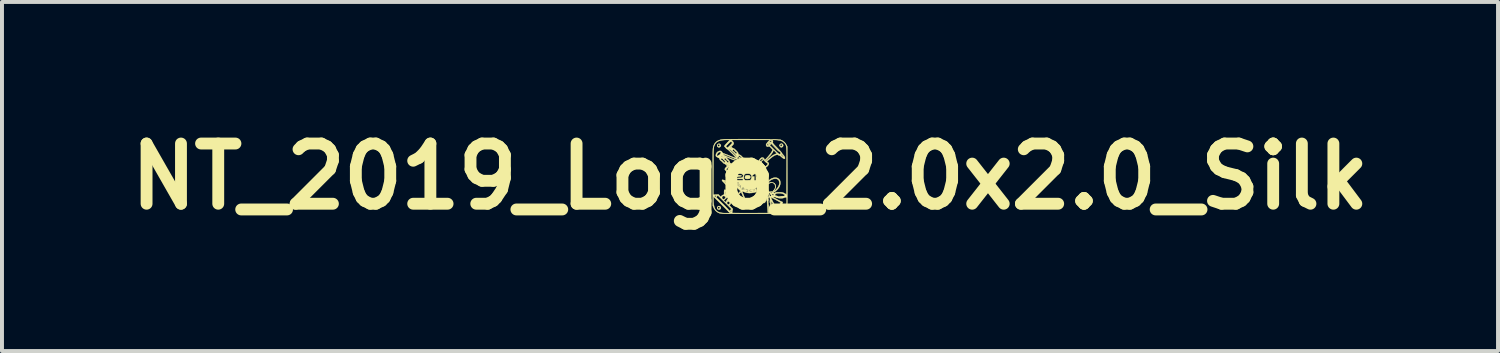
<source format=kicad_pcb>
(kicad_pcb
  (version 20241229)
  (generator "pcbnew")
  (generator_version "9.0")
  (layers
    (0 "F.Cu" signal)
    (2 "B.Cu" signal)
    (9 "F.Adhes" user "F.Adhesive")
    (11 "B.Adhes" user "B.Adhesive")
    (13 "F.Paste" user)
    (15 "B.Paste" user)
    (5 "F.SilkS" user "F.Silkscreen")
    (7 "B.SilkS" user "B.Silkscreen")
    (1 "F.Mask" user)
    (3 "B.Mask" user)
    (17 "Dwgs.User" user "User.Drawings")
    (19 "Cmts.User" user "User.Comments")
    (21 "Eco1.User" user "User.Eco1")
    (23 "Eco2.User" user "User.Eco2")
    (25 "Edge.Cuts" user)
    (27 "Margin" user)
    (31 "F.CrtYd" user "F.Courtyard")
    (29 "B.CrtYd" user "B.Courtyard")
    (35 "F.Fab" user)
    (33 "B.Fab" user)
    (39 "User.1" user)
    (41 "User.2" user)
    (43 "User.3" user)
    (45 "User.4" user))
  (footprint "NT_2019_Logo_2.0x2.0_Silk"
    (layer "F.Cu")
    (at 15.937 1.418)
    (property "Reference" "NT_2019_Logo_2.0x2.0_Silk" (at 0 0 0) (layer "F.SilkS") (effects (font (size 1.524 1.524) (thickness 0.3))))
    (attr through_hole)
    (fp_poly (pts (xy -0.587 0.425) (xy -0.591 0.429) (xy -0.596 0.425) (xy -0.591 0.42) (xy -0.587 0.425)) (stroke (width 0.01) (type solid)) (fill yes) (layer "F.SilkS"))
    (fp_poly (pts (xy 0.473 0.556) (xy 0.469 0.561) (xy 0.464 0.556) (xy 0.469 0.552) (xy 0.473 0.556)) (stroke (width 0.01) (type solid)) (fill yes) (layer "F.SilkS"))
    (fp_poly (pts (xy 0.473 0.574) (xy 0.469 0.578) (xy 0.464 0.574) (xy 0.469 0.569) (xy 0.473 0.574)) (stroke (width 0.01) (type solid)) (fill yes) (layer "F.SilkS"))
    (fp_poly (pts (xy 0.473 0.591) (xy 0.469 0.596) (xy 0.464 0.591) (xy 0.469 0.587) (xy 0.473 0.591)) (stroke (width 0.01) (type solid)) (fill yes) (layer "F.SilkS"))
    (fp_poly (pts (xy 0.473 0.609) (xy 0.469 0.613) (xy 0.464 0.609) (xy 0.469 0.604) (xy 0.473 0.609)) (stroke (width 0.01) (type solid)) (fill yes) (layer "F.SilkS"))
    (fp_poly (pts (xy 0.482 0.723) (xy 0.477 0.727) (xy 0.473 0.723) (xy 0.477 0.718) (xy 0.482 0.723)) (stroke (width 0.01) (type solid)) (fill yes) (layer "F.SilkS"))
    (fp_poly (pts (xy 0.482 0.74) (xy 0.477 0.744) (xy 0.473 0.74) (xy 0.477 0.736) (xy 0.482 0.74)) (stroke (width 0.01) (type solid)) (fill yes) (layer "F.SilkS"))
    (fp_poly (pts (xy 0.482 0.758) (xy 0.477 0.762) (xy 0.473 0.758) (xy 0.477 0.753) (xy 0.482 0.758)) (stroke (width 0.01) (type solid)) (fill yes) (layer "F.SilkS"))
    (fp_poly (pts (xy 0.482 0.775) (xy 0.477 0.78) (xy 0.473 0.775) (xy 0.477 0.771) (xy 0.482 0.775)) (stroke (width 0.01) (type solid)) (fill yes) (layer "F.SilkS"))
    (fp_poly (pts (xy 0.49 0.617) (xy 0.486 0.622) (xy 0.482 0.617) (xy 0.486 0.613) (xy 0.49 0.617)) (stroke (width 0.01) (type solid)) (fill yes) (layer "F.SilkS"))
    (fp_poly (pts (xy 0.49 0.635) (xy 0.486 0.639) (xy 0.482 0.635) (xy 0.486 0.631) (xy 0.49 0.635)) (stroke (width 0.01) (type solid)) (fill yes) (layer "F.SilkS"))
    (fp_poly (pts (xy 0.49 0.653) (xy 0.486 0.657) (xy 0.482 0.653) (xy 0.486 0.648) (xy 0.49 0.653)) (stroke (width 0.01) (type solid)) (fill yes) (layer "F.SilkS"))
    (fp_poly (pts (xy 0.499 0.801) (xy 0.495 0.806) (xy 0.49 0.801) (xy 0.495 0.797) (xy 0.499 0.801)) (stroke (width 0.01) (type solid)) (fill yes) (layer "F.SilkS"))
    (fp_poly (pts (xy 0.499 0.819) (xy 0.495 0.823) (xy 0.49 0.819) (xy 0.495 0.815) (xy 0.499 0.819)) (stroke (width 0.01) (type solid)) (fill yes) (layer "F.SilkS"))
    (fp_poly (pts (xy 0.499 0.836) (xy 0.495 0.841) (xy 0.49 0.836) (xy 0.495 0.832) (xy 0.499 0.836)) (stroke (width 0.01) (type solid)) (fill yes) (layer "F.SilkS"))
    (fp_poly (pts (xy 0.461 -0.794) (xy 0.46 -0.789) (xy 0.455 -0.788) (xy 0.448 -0.791) (xy 0.45 -0.794) (xy 0.46 -0.795) (xy 0.461 -0.794)) (stroke (width 0.01) (type solid)) (fill yes) (layer "F.SilkS"))
    (fp_poly (pts (xy 0.254 0.278) (xy 0.254 0.28) (xy 0.247 0.289) (xy 0.245 0.289) (xy 0.239 0.284) (xy 0.241 0.28) (xy 0.249 0.272) (xy 0.25 0.272) (xy 0.254 0.278)) (stroke (width 0.01) (type solid)) (fill yes) (layer "F.SilkS"))
    (fp_poly (pts (xy 0.522 -0.844) (xy 0.512 -0.832) (xy 0.499 -0.819) (xy 0.492 -0.815) (xy 0.494 -0.82) (xy 0.504 -0.832) (xy 0.517 -0.845) (xy 0.524 -0.85) (xy 0.522 -0.844)) (stroke (width 0.01) (type solid)) (fill yes) (layer "F.SilkS"))
    (fp_poly (pts (xy -0.372 0.515) (xy -0.39 0.534) (xy -0.4 0.543) (xy -0.403 0.54) (xy -0.403 0.54) (xy -0.397 0.533) (xy -0.382 0.519) (xy -0.374 0.512) (xy -0.346 0.486) (xy -0.372 0.515)) (stroke (width 0.01) (type solid)) (fill yes) (layer "F.SilkS"))
    (fp_poly (pts (xy -0.164 0.303) (xy -0.162 0.315) (xy -0.168 0.328) (xy -0.176 0.333) (xy -0.187 0.327) (xy -0.188 0.325) (xy -0.186 0.315) (xy -0.177 0.305) (xy -0.166 0.302) (xy -0.164 0.303)) (stroke (width 0.01) (type solid)) (fill yes) (layer "F.SilkS"))
    (fp_poly (pts (xy -0.28 0.479) (xy -0.264 0.494) (xy -0.245 0.512) (xy -0.226 0.533) (xy -0.214 0.547) (xy -0.211 0.552) (xy -0.219 0.546) (xy -0.235 0.531) (xy -0.254 0.512) (xy -0.273 0.492) (xy -0.286 0.478) (xy -0.288 0.473) (xy -0.28 0.479)) (stroke (width 0.01) (type solid)) (fill yes) (layer "F.SilkS"))
    (fp_poly (pts (xy -0.249 0.382) (xy -0.26 0.396) (xy -0.263 0.399) (xy -0.278 0.413) (xy -0.287 0.42) (xy -0.288 0.42) (xy -0.285 0.415) (xy -0.274 0.401) (xy -0.272 0.399) (xy -0.257 0.384) (xy -0.247 0.377) (xy -0.247 0.377) (xy -0.249 0.382)) (stroke (width 0.01) (type solid)) (fill yes) (layer "F.SilkS"))
    (fp_poly (pts (xy 0.732 0.733) (xy 0.72 0.747) (xy 0.709 0.758) (xy 0.691 0.775) (xy 0.679 0.786) (xy 0.675 0.788) (xy 0.678 0.783) (xy 0.69 0.768) (xy 0.701 0.758) (xy 0.719 0.74) (xy 0.732 0.729) (xy 0.735 0.727) (xy 0.732 0.733)) (stroke (width 0.01) (type solid)) (fill yes) (layer "F.SilkS"))
    (fp_poly (pts (xy 0.628 -0.74) (xy 0.665 -0.705) (xy 0.69 -0.68) (xy 0.706 -0.663) (xy 0.715 -0.653) (xy 0.717 -0.649) (xy 0.716 -0.648) (xy 0.709 -0.654) (xy 0.693 -0.67) (xy 0.668 -0.695) (xy 0.639 -0.725) (xy 0.626 -0.738) (xy 0.539 -0.828) (xy 0.628 -0.74)) (stroke (width 0.01) (type solid)) (fill yes) (layer "F.SilkS"))
    (fp_poly (pts (xy -0.607 0.158) (xy -0.6 0.164) (xy -0.57 0.189) (xy -0.541 0.216) (xy -0.516 0.242) (xy -0.496 0.264) (xy -0.484 0.279) (xy -0.483 0.284) (xy -0.49 0.28) (xy -0.507 0.265) (xy -0.531 0.242) (xy -0.561 0.213) (xy -0.565 0.208) (xy -0.595 0.178) (xy -0.612 0.159) (xy -0.616 0.153) (xy -0.607 0.158)) (stroke (width 0.01) (type solid)) (fill yes) (layer "F.SilkS"))
    (fp_poly (pts (xy -0.447 0.321) (xy -0.43 0.337) (xy -0.406 0.36) (xy -0.385 0.381) (xy -0.359 0.408) (xy -0.339 0.429) (xy -0.327 0.443) (xy -0.325 0.447) (xy -0.332 0.441) (xy -0.349 0.425) (xy -0.373 0.402) (xy -0.394 0.381) (xy -0.42 0.354) (xy -0.441 0.333) (xy -0.453 0.319) (xy -0.455 0.315) (xy -0.447 0.321)) (stroke (width 0.01) (type solid)) (fill yes) (layer "F.SilkS"))
    (fp_poly (pts (xy -0.029 -0.031) (xy -0.004 -0.018) (xy 0.008 0.004) (xy 0.005 0.032) (xy -0.000308 0.044) (xy -0.009 0.054) (xy -0.024 0.059) (xy -0.051 0.061) (xy -0.062 0.061) (xy -0.092 0.061) (xy -0.109 0.057) (xy -0.119 0.05) (xy -0.125 0.039) (xy -0.13 0.017) (xy -0.124 -0.003) (xy -0.122 -0.007) (xy -0.111 -0.022) (xy -0.094 -0.03) (xy -0.067 -0.033) (xy -0.029 -0.031)) (stroke (width 0.01) (type solid)) (fill yes) (layer "F.SilkS"))
    (fp_poly (pts (xy -0.245 -0.481) (xy -0.241 -0.464) (xy -0.246 -0.446) (xy -0.261 -0.44) (xy -0.279 -0.443) (xy -0.286 -0.45) (xy -0.287 -0.461) (xy -0.279 -0.461) (xy -0.277 -0.449) (xy -0.266 -0.448) (xy -0.252 -0.457) (xy -0.25 -0.464) (xy -0.255 -0.475) (xy -0.267 -0.476) (xy -0.277 -0.467) (xy -0.279 -0.461) (xy -0.287 -0.461) (xy -0.288 -0.472) (xy -0.277 -0.486) (xy -0.261 -0.489) (xy -0.245 -0.481)) (stroke (width 0.01) (type solid)) (fill yes) (layer "F.SilkS"))
    (fp_poly (pts (xy -0.771 0.75) (xy -0.752 0.763) (xy -0.74 0.782) (xy -0.739 0.804) (xy -0.749 0.823) (xy -0.772 0.838) (xy -0.798 0.839) (xy -0.818 0.827) (xy -0.83 0.805) (xy -0.819 0.805) (xy -0.809 0.817) (xy -0.792 0.818) (xy -0.776 0.809) (xy -0.765 0.792) (xy -0.764 0.786) (xy -0.764 0.768) (xy -0.774 0.762) (xy -0.782 0.762) (xy -0.806 0.768) (xy -0.819 0.785) (xy -0.819 0.805) (xy -0.83 0.805) (xy -0.831 0.804) (xy -0.828 0.778) (xy -0.814 0.757) (xy -0.793 0.747) (xy -0.771 0.75)) (stroke (width 0.01) (type solid)) (fill yes) (layer "F.SilkS"))
    (fp_poly (pts (xy -0.767 -0.826) (xy -0.747 -0.807) (xy -0.745 -0.805) (xy -0.737 -0.786) (xy -0.74 -0.771) (xy -0.747 -0.759) (xy -0.768 -0.74) (xy -0.793 -0.736) (xy -0.816 -0.748) (xy -0.818 -0.749) (xy -0.831 -0.773) (xy -0.829 -0.786) (xy -0.821 -0.786) (xy -0.819 -0.771) (xy -0.805 -0.762) (xy -0.786 -0.763) (xy -0.77 -0.773) (xy -0.766 -0.78) (xy -0.766 -0.801) (xy -0.778 -0.815) (xy -0.795 -0.82) (xy -0.8 -0.818) (xy -0.814 -0.806) (xy -0.821 -0.786) (xy -0.829 -0.786) (xy -0.828 -0.799) (xy -0.815 -0.818) (xy -0.791 -0.83) (xy -0.767 -0.826)) (stroke (width 0.01) (type solid)) (fill yes) (layer "F.SilkS"))
    (fp_poly (pts (xy 0.811 0.747) (xy 0.827 0.758) (xy 0.838 0.779) (xy 0.84 0.804) (xy 0.834 0.826) (xy 0.83 0.83) (xy 0.809 0.84) (xy 0.784 0.839) (xy 0.762 0.826) (xy 0.758 0.82) (xy 0.754 0.809) (xy 0.763 0.809) (xy 0.772 0.814) (xy 0.785 0.813) (xy 0.804 0.807) (xy 0.812 0.791) (xy 0.813 0.785) (xy 0.813 0.768) (xy 0.805 0.763) (xy 0.791 0.764) (xy 0.772 0.77) (xy 0.764 0.785) (xy 0.764 0.791) (xy 0.763 0.809) (xy 0.754 0.809) (xy 0.749 0.795) (xy 0.754 0.773) (xy 0.768 0.755) (xy 0.788 0.745) (xy 0.811 0.747)) (stroke (width 0.01) (type solid)) (fill yes) (layer "F.SilkS"))
    (fp_poly (pts (xy 0.819 -0.825) (xy 0.835 -0.807) (xy 0.84 -0.783) (xy 0.833 -0.76) (xy 0.825 -0.75) (xy 0.801 -0.737) (xy 0.777 -0.741) (xy 0.762 -0.753) (xy 0.749 -0.772) (xy 0.746 -0.782) (xy 0.762 -0.782) (xy 0.765 -0.767) (xy 0.776 -0.763) (xy 0.786 -0.764) (xy 0.805 -0.77) (xy 0.812 -0.786) (xy 0.813 -0.791) (xy 0.81 -0.812) (xy 0.802 -0.82) (xy 0.783 -0.819) (xy 0.768 -0.806) (xy 0.762 -0.783) (xy 0.762 -0.782) (xy 0.746 -0.782) (xy 0.744 -0.787) (xy 0.752 -0.808) (xy 0.771 -0.825) (xy 0.794 -0.832) (xy 0.795 -0.832) (xy 0.819 -0.825)) (stroke (width 0.01) (type solid)) (fill yes) (layer "F.SilkS"))
    (fp_poly (pts (xy -0.111 -0.945) (xy -0.011 -0.945) (xy 0.089 -0.944) (xy 0.189 -0.943) (xy 0.285 -0.943) (xy 0.378 -0.942) (xy 0.465 -0.94) (xy 0.544 -0.939) (xy 0.614 -0.938) (xy 0.674 -0.936) (xy 0.721 -0.934) (xy 0.754 -0.932) (xy 0.771 -0.93) (xy 0.772 -0.93) (xy 0.831 -0.902) (xy 0.88 -0.861) (xy 0.915 -0.811) (xy 0.942 -0.759) (xy 0.944 -0.014) (xy 0.944 0.123) (xy 0.945 0.243) (xy 0.945 0.348) (xy 0.945 0.439) (xy 0.945 0.517) (xy 0.944 0.583) (xy 0.943 0.639) (xy 0.941 0.685) (xy 0.938 0.722) (xy 0.935 0.753) (xy 0.931 0.777) (xy 0.926 0.796) (xy 0.921 0.812) (xy 0.914 0.825) (xy 0.906 0.836) (xy 0.897 0.847) (xy 0.887 0.859) (xy 0.884 0.862) (xy 0.852 0.89) (xy 0.815 0.915) (xy 0.804 0.921) (xy 0.758 0.942) (xy 0.018 0.943) (xy -0.115 0.943) (xy -0.232 0.944) (xy -0.333 0.944) (xy -0.42 0.943) (xy -0.495 0.943) (xy -0.557 0.943) (xy -0.609 0.942) (xy -0.652 0.941) (xy -0.686 0.94) (xy -0.712 0.939) (xy -0.733 0.937) (xy -0.749 0.935) (xy -0.761 0.933) (xy -0.769 0.931) (xy -0.821 0.907) (xy -0.868 0.869) (xy -0.905 0.822) (xy -0.921 0.79) (xy -0.942 0.74) (xy -0.942 0.571) (xy -0.927 0.571) (xy -0.926 0.642) (xy -0.919 0.709) (xy -0.906 0.768) (xy -0.888 0.815) (xy -0.887 0.817) (xy -0.861 0.855) (xy -0.829 0.883) (xy -0.789 0.904) (xy -0.737 0.918) (xy -0.673 0.926) (xy -0.609 0.928) (xy -0.504 0.928) (xy -0.553 0.879) (xy -0.494 0.879) (xy -0.493 0.893) (xy -0.488 0.906) (xy -0.483 0.904) (xy -0.48 0.898) (xy -0.474 0.88) (xy -0.475 0.871) (xy -0.482 0.864) (xy -0.488 0.865) (xy -0.494 0.879) (xy -0.553 0.879) (xy -0.714 0.718) (xy -0.924 0.508) (xy -0.927 0.571) (xy -0.942 0.571) (xy -0.942 0.491) (xy -0.899 0.491) (xy -0.896 0.5) (xy -0.889 0.509) (xy -0.872 0.526) (xy -0.87 0.522) (xy -0.859 0.522) (xy -0.705 0.675) (xy -0.661 0.718) (xy -0.621 0.759) (xy -0.587 0.795) (xy -0.56 0.824) (xy -0.542 0.844) (xy -0.536 0.852) (xy -0.522 0.876) (xy -0.495 0.85) (xy -0.469 0.823) (xy -0.622 0.67) (xy -0.587 0.67) (xy -0.58 0.687) (xy -0.564 0.703) (xy -0.547 0.709) (xy -0.532 0.704) (xy -0.522 0.696) (xy -0.511 0.68) (xy -0.508 0.67) (xy -0.515 0.653) (xy -0.531 0.637) (xy -0.547 0.631) (xy -0.565 0.638) (xy -0.58 0.653) (xy -0.587 0.67) (xy -0.622 0.67) (xy -0.685 0.607) (xy -0.666 0.607) (xy -0.647 0.627) (xy -0.632 0.642) (xy -0.622 0.648) (xy -0.622 0.648) (xy -0.614 0.642) (xy -0.597 0.627) (xy -0.576 0.605) (xy -0.575 0.604) (xy -0.534 0.604) (xy -0.527 0.613) (xy -0.518 0.617) (xy -0.499 0.631) (xy -0.488 0.655) (xy -0.487 0.681) (xy -0.491 0.693) (xy -0.504 0.712) (xy -0.515 0.721) (xy -0.519 0.728) (xy -0.514 0.739) (xy -0.498 0.758) (xy -0.482 0.775) (xy -0.436 0.821) (xy -0.446 0.867) (xy -0.451 0.894) (xy -0.455 0.914) (xy -0.455 0.92) (xy -0.447 0.922) (xy -0.421 0.924) (xy -0.378 0.925) (xy -0.319 0.926) (xy -0.243 0.927) (xy -0.152 0.927) (xy -0.044 0.927) (xy 0.078 0.927) (xy 0.151 0.927) (xy 0.269 0.926) (xy 0.37 0.926) (xy 0.457 0.925) (xy 0.53 0.924) (xy 0.591 0.924) (xy 0.641 0.923) (xy 0.681 0.922) (xy 0.712 0.921) (xy 0.736 0.919) (xy 0.755 0.917) (xy 0.769 0.915) (xy 0.779 0.913) (xy 0.788 0.91) (xy 0.796 0.906) (xy 0.797 0.906) (xy 0.844 0.875) (xy 0.883 0.832) (xy 0.91 0.783) (xy 0.915 0.77) (xy 0.92 0.746) (xy 0.924 0.713) (xy 0.927 0.675) (xy 0.928 0.636) (xy 0.929 0.598) (xy 0.928 0.565) (xy 0.926 0.541) (xy 0.922 0.53) (xy 0.92 0.53) (xy 0.909 0.529) (xy 0.907 0.527) (xy 0.897 0.525) (xy 0.878 0.532) (xy 0.869 0.536) (xy 0.835 0.547) (xy 0.79 0.551) (xy 0.741 0.549) (xy 0.695 0.54) (xy 0.658 0.527) (xy 0.645 0.521) (xy 0.744 0.521) (xy 0.752 0.522) (xy 0.775 0.523) (xy 0.775 0.523) (xy 0.798 0.522) (xy 0.809 0.521) (xy 0.804 0.519) (xy 0.777 0.518) (xy 0.751 0.519) (xy 0.744 0.521) (xy 0.645 0.521) (xy 0.63 0.515) (xy 0.836 0.515) (xy 0.844 0.516) (xy 0.856 0.514) (xy 0.856 0.511) (xy 0.844 0.509) (xy 0.839 0.511) (xy 0.836 0.515) (xy 0.63 0.515) (xy 0.628 0.514) (xy 0.605 0.512) (xy 0.599 0.514) (xy 0.592 0.518) (xy 0.591 0.523) (xy 0.6 0.531) (xy 0.619 0.543) (xy 0.65 0.561) (xy 0.681 0.578) (xy 0.721 0.6) (xy 0.757 0.618) (xy 0.786 0.632) (xy 0.804 0.639) (xy 0.806 0.639) (xy 0.823 0.646) (xy 0.829 0.656) (xy 0.825 0.672) (xy 0.81 0.695) (xy 0.782 0.727) (xy 0.752 0.758) (xy 0.711 0.798) (xy 0.68 0.825) (xy 0.658 0.838) (xy 0.643 0.839) (xy 0.636 0.827) (xy 0.634 0.814) (xy 0.63 0.797) (xy 0.618 0.77) (xy 0.602 0.735) (xy 0.583 0.7) (xy 0.534 0.609) (xy 0.538 0.674) (xy 0.541 0.714) (xy 0.543 0.763) (xy 0.545 0.812) (xy 0.545 0.828) (xy 0.547 0.915) (xy 0.451 0.915) (xy 0.445 0.836) (xy 0.442 0.795) (xy 0.438 0.743) (xy 0.435 0.688) (xy 0.432 0.644) (xy 0.429 0.598) (xy 0.427 0.569) (xy 0.425 0.558) (xy 0.456 0.558) (xy 0.457 0.579) (xy 0.458 0.609) (xy 0.46 0.652) (xy 0.463 0.707) (xy 0.468 0.777) (xy 0.47 0.808) (xy 0.475 0.893) (xy 0.501 0.893) (xy 0.518 0.892) (xy 0.524 0.885) (xy 0.523 0.868) (xy 0.522 0.861) (xy 0.52 0.841) (xy 0.518 0.807) (xy 0.516 0.764) (xy 0.513 0.714) (xy 0.512 0.679) (xy 0.509 0.629) (xy 0.507 0.585) (xy 0.504 0.551) (xy 0.501 0.528) (xy 0.529 0.528) (xy 0.531 0.538) (xy 0.54 0.559) (xy 0.554 0.589) (xy 0.572 0.625) (xy 0.593 0.664) (xy 0.614 0.702) (xy 0.633 0.737) (xy 0.65 0.765) (xy 0.662 0.783) (xy 0.667 0.788) (xy 0.671 0.793) (xy 0.666 0.801) (xy 0.656 0.814) (xy 0.657 0.815) (xy 0.669 0.805) (xy 0.69 0.784) (xy 0.72 0.755) (xy 0.736 0.738) (xy 0.76 0.712) (xy 0.776 0.696) (xy 0.782 0.689) (xy 0.776 0.693) (xy 0.773 0.696) (xy 0.753 0.713) (xy 0.74 0.722) (xy 0.736 0.722) (xy 0.742 0.71) (xy 0.756 0.694) (xy 0.758 0.692) (xy 0.772 0.677) (xy 0.779 0.666) (xy 0.78 0.666) (xy 0.772 0.659) (xy 0.753 0.647) (xy 0.724 0.63) (xy 0.689 0.61) (xy 0.651 0.589) (xy 0.614 0.569) (xy 0.58 0.551) (xy 0.552 0.537) (xy 0.534 0.529) (xy 0.529 0.528) (xy 0.501 0.528) (xy 0.501 0.528) (xy 0.499 0.521) (xy 0.494 0.512) (xy 0.561 0.512) (xy 0.565 0.517) (xy 0.569 0.512) (xy 0.565 0.508) (xy 0.561 0.512) (xy 0.494 0.512) (xy 0.49 0.505) (xy 0.488 0.499) (xy 0.486 0.497) (xy 0.487 0.509) (xy 0.487 0.51) (xy 0.487 0.528) (xy 0.477 0.534) (xy 0.472 0.534) (xy 0.466 0.534) (xy 0.462 0.534) (xy 0.459 0.537) (xy 0.457 0.544) (xy 0.456 0.558) (xy 0.425 0.558) (xy 0.424 0.556) (xy 0.422 0.559) (xy 0.42 0.565) (xy 0.409 0.607) (xy 0.391 0.642) (xy 0.369 0.664) (xy 0.363 0.668) (xy 0.345 0.673) (xy 0.33 0.666) (xy 0.322 0.659) (xy 0.309 0.636) (xy 0.304 0.602) (xy 0.305 0.599) (xy 0.328 0.599) (xy 0.332 0.629) (xy 0.334 0.632) (xy 0.344 0.652) (xy 0.352 0.632) (xy 0.36 0.619) (xy 0.367 0.617) (xy 0.378 0.616) (xy 0.382 0.612) (xy 0.383 0.606) (xy 0.376 0.609) (xy 0.369 0.611) (xy 0.371 0.6) (xy 0.371 0.599) (xy 0.376 0.582) (xy 0.385 0.582) (xy 0.39 0.587) (xy 0.394 0.582) (xy 0.39 0.578) (xy 0.385 0.582) (xy 0.376 0.582) (xy 0.377 0.581) (xy 0.383 0.553) (xy 0.385 0.541) (xy 0.385 0.538) (xy 0.395 0.538) (xy 0.396 0.549) (xy 0.399 0.549) (xy 0.402 0.538) (xy 0.4 0.533) (xy 0.396 0.529) (xy 0.395 0.538) (xy 0.385 0.538) (xy 0.387 0.512) (xy 0.381 0.499) (xy 0.37 0.502) (xy 0.354 0.522) (xy 0.351 0.527) (xy 0.334 0.563) (xy 0.328 0.599) (xy 0.305 0.599) (xy 0.307 0.566) (xy 0.317 0.531) (xy 0.319 0.526) (xy 0.328 0.508) (xy 0.327 0.501) (xy 0.315 0.499) (xy 0.312 0.499) (xy 0.272 0.492) (xy 0.236 0.473) (xy 0.206 0.445) (xy 0.189 0.413) (xy 0.187 0.406) (xy 0.186 0.399) (xy 0.213 0.399) (xy 0.228 0.421) (xy 0.23 0.423) (xy 0.241 0.434) (xy 0.239 0.434) (xy 0.233 0.429) (xy 0.22 0.421) (xy 0.221 0.423) (xy 0.231 0.435) (xy 0.248 0.448) (xy 0.261 0.449) (xy 0.27 0.448) (xy 0.269 0.452) (xy 0.274 0.457) (xy 0.291 0.459) (xy 0.301 0.458) (xy 0.337 0.457) (xy 0.307 0.464) (xy 0.288 0.468) (xy 0.285 0.471) (xy 0.297 0.472) (xy 0.301 0.472) (xy 0.325 0.469) (xy 0.326 0.469) (xy 0.377 0.469) (xy 0.382 0.485) (xy 0.395 0.49) (xy 0.402 0.48) (xy 0.402 0.48) (xy 0.413 0.48) (xy 0.421 0.49) (xy 0.425 0.49) (xy 0.434 0.484) (xy 0.438 0.465) (xy 0.438 0.458) (xy 0.447 0.458) (xy 0.447 0.49) (xy 0.45 0.508) (xy 0.456 0.516) (xy 0.461 0.517) (xy 0.469 0.514) (xy 0.472 0.505) (xy 0.471 0.483) (xy 0.469 0.466) (xy 0.463 0.431) (xy 0.461 0.425) (xy 0.476 0.425) (xy 0.482 0.445) (xy 0.495 0.479) (xy 0.496 0.48) (xy 0.505 0.499) (xy 0.514 0.504) (xy 0.525 0.5) (xy 0.531 0.495) (xy 0.661 0.495) (xy 0.661 0.499) (xy 0.671 0.507) (xy 0.681 0.508) (xy 0.683 0.505) (xy 0.676 0.499) (xy 0.67 0.496) (xy 0.661 0.495) (xy 0.531 0.495) (xy 0.534 0.494) (xy 0.536 0.486) (xy 0.578 0.486) (xy 0.582 0.49) (xy 0.587 0.486) (xy 0.582 0.482) (xy 0.578 0.486) (xy 0.536 0.486) (xy 0.537 0.486) (xy 0.531 0.472) (xy 0.523 0.457) (xy 0.552 0.457) (xy 0.558 0.462) (xy 0.566 0.469) (xy 0.566 0.472) (xy 0.57 0.476) (xy 0.583 0.477) (xy 0.601 0.472) (xy 0.603 0.466) (xy 0.632 0.466) (xy 0.639 0.482) (xy 0.648 0.487) (xy 0.671 0.49) (xy 0.691 0.496) (xy 0.702 0.503) (xy 0.701 0.508) (xy 0.703 0.511) (xy 0.719 0.511) (xy 0.745 0.51) (xy 0.779 0.507) (xy 0.818 0.503) (xy 0.823 0.502) (xy 0.849 0.498) (xy 0.868 0.496) (xy 0.871 0.496) (xy 0.879 0.489) (xy 0.878 0.486) (xy 0.902 0.486) (xy 0.907 0.49) (xy 0.911 0.486) (xy 0.907 0.482) (xy 0.902 0.486) (xy 0.878 0.486) (xy 0.878 0.47) (xy 0.877 0.466) (xy 0.867 0.455) (xy 0.845 0.444) (xy 0.813 0.433) (xy 0.778 0.426) (xy 0.753 0.423) (xy 0.707 0.422) (xy 0.67 0.429) (xy 0.645 0.441) (xy 0.633 0.458) (xy 0.632 0.466) (xy 0.603 0.466) (xy 0.604 0.463) (xy 0.597 0.449) (xy 0.581 0.441) (xy 0.563 0.443) (xy 0.557 0.447) (xy 0.552 0.457) (xy 0.523 0.457) (xy 0.52 0.451) (xy 0.505 0.429) (xy 0.498 0.421) (xy 0.528 0.421) (xy 0.53 0.43) (xy 0.53 0.432) (xy 0.537 0.442) (xy 0.541 0.443) (xy 0.54 0.433) (xy 0.535 0.427) (xy 0.528 0.421) (xy 0.498 0.421) (xy 0.491 0.414) (xy 0.485 0.412) (xy 0.477 0.414) (xy 0.476 0.425) (xy 0.461 0.425) (xy 0.457 0.412) (xy 0.452 0.409) (xy 0.448 0.423) (xy 0.447 0.454) (xy 0.447 0.458) (xy 0.438 0.458) (xy 0.438 0.458) (xy 0.437 0.437) (xy 0.434 0.432) (xy 0.427 0.439) (xy 0.425 0.442) (xy 0.414 0.462) (xy 0.413 0.48) (xy 0.402 0.48) (xy 0.403 0.471) (xy 0.408 0.448) (xy 0.417 0.431) (xy 0.427 0.413) (xy 0.424 0.406) (xy 0.412 0.412) (xy 0.399 0.423) (xy 0.382 0.447) (xy 0.377 0.469) (xy 0.326 0.469) (xy 0.342 0.464) (xy 0.356 0.449) (xy 0.357 0.431) (xy 0.346 0.411) (xy 0.337 0.402) (xy 0.508 0.402) (xy 0.511 0.408) (xy 0.523 0.413) (xy 0.548 0.418) (xy 0.554 0.419) (xy 0.56 0.413) (xy 0.561 0.407) (xy 0.553 0.397) (xy 0.534 0.394) (xy 0.516 0.396) (xy 0.508 0.402) (xy 0.508 0.402) (xy 0.337 0.402) (xy 0.328 0.393) (xy 0.303 0.377) (xy 0.276 0.367) (xy 0.248 0.364) (xy 0.231 0.368) (xy 0.214 0.381) (xy 0.213 0.399) (xy 0.186 0.399) (xy 0.183 0.387) (xy 0.176 0.382) (xy 0.161 0.388) (xy 0.159 0.389) (xy 0.123 0.402) (xy 0.076 0.412) (xy 0.025 0.418) (xy -0.024 0.419) (xy -0.034 0.418) (xy -0.074 0.413) (xy -0.114 0.403) (xy -0.16 0.387) (xy -0.194 0.373) (xy -0.197 0.377) (xy -0.193 0.394) (xy -0.181 0.425) (xy -0.163 0.471) (xy -0.139 0.526) (xy -0.11 0.595) (xy -0.089 0.648) (xy -0.076 0.687) (xy -0.071 0.711) (xy -0.075 0.721) (xy -0.089 0.718) (xy -0.112 0.701) (xy -0.145 0.672) (xy -0.188 0.631) (xy -0.202 0.616) (xy -0.316 0.504) (xy -0.38 0.569) (xy -0.36 0.59) (xy -0.345 0.612) (xy -0.348 0.628) (xy -0.367 0.639) (xy -0.382 0.642) (xy -0.424 0.648) (xy -0.453 0.647) (xy -0.475 0.638) (xy -0.495 0.622) (xy -0.495 0.622) (xy -0.501 0.617) (xy -0.452 0.617) (xy -0.442 0.621) (xy -0.418 0.622) (xy -0.417 0.622) (xy -0.393 0.621) (xy -0.379 0.617) (xy -0.377 0.615) (xy -0.384 0.606) (xy -0.4 0.59) (xy -0.412 0.579) (xy -0.447 0.55) (xy -0.447 0.572) (xy -0.449 0.595) (xy -0.452 0.608) (xy -0.452 0.617) (xy -0.501 0.617) (xy -0.517 0.602) (xy -0.53 0.596) (xy -0.534 0.604) (xy -0.575 0.604) (xy -0.573 0.602) (xy -0.554 0.582) (xy -0.547 0.573) (xy -0.552 0.576) (xy -0.564 0.587) (xy -0.598 0.617) (xy -0.574 0.585) (xy -0.56 0.56) (xy -0.557 0.549) (xy -0.526 0.549) (xy -0.52 0.559) (xy -0.506 0.575) (xy -0.498 0.584) (xy -0.477 0.602) (xy -0.464 0.603) (xy -0.457 0.589) (xy -0.456 0.567) (xy -0.457 0.552) (xy -0.465 0.545) (xy -0.485 0.543) (xy -0.49 0.543) (xy -0.512 0.544) (xy -0.525 0.548) (xy -0.526 0.549) (xy -0.557 0.549) (xy -0.555 0.54) (xy -0.559 0.531) (xy -0.541 0.531) (xy -0.453 0.534) (xy -0.491 0.5) (xy -0.512 0.482) (xy -0.526 0.47) (xy -0.531 0.467) (xy -0.533 0.476) (xy -0.536 0.495) (xy -0.537 0.5) (xy -0.541 0.531) (xy -0.559 0.531) (xy -0.561 0.527) (xy -0.568 0.526) (xy -0.578 0.531) (xy -0.597 0.545) (xy -0.621 0.566) (xy -0.621 0.566) (xy -0.666 0.607) (xy -0.685 0.607) (xy -0.758 0.534) (xy -0.709 0.534) (xy -0.703 0.561) (xy -0.686 0.575) (xy -0.663 0.577) (xy -0.638 0.564) (xy -0.638 0.564) (xy -0.623 0.541) (xy -0.623 0.518) (xy -0.636 0.5) (xy -0.66 0.491) (xy -0.666 0.49) (xy -0.692 0.497) (xy -0.707 0.516) (xy -0.709 0.534) (xy -0.758 0.534) (xy -0.814 0.478) (xy -0.837 0.5) (xy -0.859 0.522) (xy -0.87 0.522) (xy -0.862 0.506) (xy -0.855 0.491) (xy -0.86 0.484) (xy -0.864 0.483) (xy -0.884 0.484) (xy -0.891 0.486) (xy -0.899 0.491) (xy -0.942 0.491) (xy -0.943 0.464) (xy -0.929 0.464) (xy -0.801 0.454) (xy -0.772 0.485) (xy -0.742 0.516) (xy -0.718 0.49) (xy -0.697 0.473) (xy -0.676 0.464) (xy -0.673 0.464) (xy -0.661 0.463) (xy -0.655 0.456) (xy -0.655 0.453) (xy -0.622 0.453) (xy -0.617 0.46) (xy -0.603 0.476) (xy -0.589 0.492) (xy -0.556 0.528) (xy -0.551 0.503) (xy -0.546 0.48) (xy -0.544 0.464) (xy -0.548 0.456) (xy -0.564 0.452) (xy -0.582 0.451) (xy -0.606 0.451) (xy -0.62 0.453) (xy -0.622 0.453) (xy -0.655 0.453) (xy -0.655 0.439) (xy -0.655 0.438) (xy -0.631 0.438) (xy -0.596 0.438) (xy -0.574 0.437) (xy -0.561 0.436) (xy -0.561 0.435) (xy -0.566 0.428) (xy -0.581 0.413) (xy -0.591 0.403) (xy -0.573 0.403) (xy -0.495 0.482) (xy -0.465 0.512) (xy -0.439 0.536) (xy -0.421 0.553) (xy -0.412 0.56) (xy -0.412 0.561) (xy -0.404 0.555) (xy -0.388 0.54) (xy -0.366 0.519) (xy -0.324 0.478) (xy -0.329 0.473) (xy -0.311 0.473) (xy -0.211 0.573) (xy -0.177 0.607) (xy -0.148 0.635) (xy -0.125 0.657) (xy -0.111 0.669) (xy -0.108 0.671) (xy -0.11 0.663) (xy -0.119 0.641) (xy -0.132 0.608) (xy -0.149 0.568) (xy -0.163 0.534) (xy -0.183 0.489) (xy -0.2 0.45) (xy -0.213 0.419) (xy -0.222 0.4) (xy -0.225 0.395) (xy -0.232 0.398) (xy -0.248 0.412) (xy -0.27 0.432) (xy -0.311 0.473) (xy -0.329 0.473) (xy -0.405 0.397) (xy -0.435 0.366) (xy -0.462 0.341) (xy -0.481 0.323) (xy -0.492 0.316) (xy -0.492 0.315) (xy -0.468 0.315) (xy -0.394 0.39) (xy -0.32 0.464) (xy -0.276 0.421) (xy -0.232 0.377) (xy -0.294 0.315) (xy -0.219 0.315) (xy -0.212 0.323) (xy -0.205 0.324) (xy -0.196 0.329) (xy -0.197 0.333) (xy -0.195 0.34) (xy -0.178 0.34) (xy -0.158 0.333) (xy -0.152 0.32) (xy -0.14 0.32) (xy -0.136 0.329) (xy -0.131 0.328) (xy -0.126 0.322) (xy -0.111 0.322) (xy -0.095 0.328) (xy -0.085 0.331) (xy -0.065 0.34) (xy -0.057 0.352) (xy -0.064 0.362) (xy -0.077 0.366) (xy -0.093 0.372) (xy -0.094 0.38) (xy -0.08 0.385) (xy -0.075 0.385) (xy -0.056 0.38) (xy -0.047 0.362) (xy -0.047 0.362) (xy -0.047 0.36) (xy -0.022 0.36) (xy -0.014 0.37) (xy 0.007 0.377) (xy 0.009 0.378) (xy 0.031 0.382) (xy 0.045 0.384) (xy 0.046 0.384) (xy 0.052 0.379) (xy 0.053 0.377) (xy 0.045 0.37) (xy 0.027 0.368) (xy 0.004 0.365) (xy -0.004 0.356) (xy 0.006 0.344) (xy 0.018 0.337) (xy 0.026 0.332) (xy 0.057 0.332) (xy 0.081 0.332) (xy 0.1 0.336) (xy 0.11 0.344) (xy 0.107 0.353) (xy 0.101 0.356) (xy 0.089 0.364) (xy 0.088 0.369) (xy 0.094 0.372) (xy 0.105 0.368) (xy 0.119 0.356) (xy 0.123 0.347) (xy 0.115 0.329) (xy 0.098 0.32) (xy 0.078 0.323) (xy 0.057 0.332) (xy 0.026 0.332) (xy 0.035 0.326) (xy 0.041 0.319) (xy 0.041 0.318) (xy 0.03 0.318) (xy 0.013 0.327) (xy -0.005 0.339) (xy -0.019 0.352) (xy -0.022 0.36) (xy -0.047 0.36) (xy -0.049 0.339) (xy -0.064 0.322) (xy -0.091 0.315) (xy -0.094 0.315) (xy -0.111 0.317) (xy -0.111 0.322) (xy -0.126 0.322) (xy -0.123 0.317) (xy -0.123 0.315) (xy -0.127 0.31) (xy 0.123 0.31) (xy 0.129 0.314) (xy 0.136 0.312) (xy 0.147 0.313) (xy 0.149 0.318) (xy 0.155 0.333) (xy 0.167 0.347) (xy 0.176 0.35) (xy 0.189 0.348) (xy 0.196 0.345) (xy 0.209 0.336) (xy 0.207 0.329) (xy 0.192 0.328) (xy 0.188 0.329) (xy 0.172 0.331) (xy 0.167 0.322) (xy 0.166 0.316) (xy 0.172 0.299) (xy 0.18 0.292) (xy 0.191 0.284) (xy 0.193 0.28) (xy 0.186 0.279) (xy 0.168 0.284) (xy 0.158 0.287) (xy 0.136 0.298) (xy 0.124 0.307) (xy 0.123 0.31) (xy -0.127 0.31) (xy -0.129 0.307) (xy -0.131 0.307) (xy -0.139 0.314) (xy -0.14 0.32) (xy -0.152 0.32) (xy -0.15 0.317) (xy -0.154 0.296) (xy -0.161 0.285) (xy -0.175 0.275) (xy -0.186 0.272) (xy -0.19 0.276) (xy -0.188 0.281) (xy -0.188 0.293) (xy -0.196 0.306) (xy -0.208 0.311) (xy -0.211 0.31) (xy -0.219 0.312) (xy -0.219 0.315) (xy -0.294 0.315) (xy -0.302 0.307) (xy -0.331 0.279) (xy -0.355 0.256) (xy -0.356 0.255) (xy -0.289 0.255) (xy -0.283 0.262) (xy -0.272 0.26) (xy -0.267 0.254) (xy -0.256 0.245) (xy -0.249 0.25) (xy -0.25 0.263) (xy -0.25 0.279) (xy -0.244 0.296) (xy -0.235 0.306) (xy -0.233 0.307) (xy -0.232 0.299) (xy -0.232 0.278) (xy -0.231 0.271) (xy 0.207 0.271) (xy 0.217 0.267) (xy 0.224 0.262) (xy 0.235 0.255) (xy 0.235 0.261) (xy 0.233 0.269) (xy 0.231 0.292) (xy 0.24 0.304) (xy 0.253 0.305) (xy 0.264 0.295) (xy 0.265 0.277) (xy 0.266 0.261) (xy 0.271 0.259) (xy 0.276 0.263) (xy 0.287 0.269) (xy 0.288 0.262) (xy 0.28 0.246) (xy 0.275 0.238) (xy 0.262 0.225) (xy 0.252 0.225) (xy 0.249 0.238) (xy 0.251 0.243) (xy 0.253 0.253) (xy 0.248 0.247) (xy 0.247 0.246) (xy 0.238 0.238) (xy 0.227 0.242) (xy 0.219 0.249) (xy 0.207 0.263) (xy 0.207 0.271) (xy -0.231 0.271) (xy -0.231 0.263) (xy -0.232 0.238) (xy -0.234 0.223) (xy -0.236 0.221) (xy -0.247 0.227) (xy -0.265 0.236) (xy -0.282 0.247) (xy -0.289 0.255) (xy -0.289 0.255) (xy -0.356 0.255) (xy -0.373 0.241) (xy -0.381 0.236) (xy -0.392 0.242) (xy -0.41 0.258) (xy -0.429 0.276) (xy -0.468 0.315) (xy -0.492 0.315) (xy -0.492 0.315) (xy -0.499 0.322) (xy -0.499 0.328) (xy -0.505 0.34) (xy -0.522 0.358) (xy -0.536 0.372) (xy -0.573 0.403) (xy -0.591 0.403) (xy -0.596 0.399) (xy -0.631 0.364) (xy -0.631 0.438) (xy -0.655 0.438) (xy -0.656 0.42) (xy -0.656 0.38) (xy -0.652 0.351) (xy -0.643 0.335) (xy -0.638 0.333) (xy -0.625 0.338) (xy -0.607 0.352) (xy -0.607 0.352) (xy -0.587 0.371) (xy -0.552 0.337) (xy -0.516 0.303) (xy -0.613 0.206) (xy -0.646 0.172) (xy -0.674 0.142) (xy -0.696 0.118) (xy -0.697 0.116) (xy -0.657 0.116) (xy -0.656 0.12) (xy -0.644 0.135) (xy -0.623 0.158) (xy -0.595 0.188) (xy -0.574 0.209) (xy -0.541 0.242) (xy -0.512 0.271) (xy -0.489 0.292) (xy -0.476 0.304) (xy -0.473 0.307) (xy -0.465 0.301) (xy -0.448 0.286) (xy -0.429 0.267) (xy -0.41 0.247) (xy -0.398 0.231) (xy -0.395 0.225) (xy -0.403 0.221) (xy -0.425 0.211) (xy -0.433 0.208) (xy -0.328 0.208) (xy -0.327 0.215) (xy -0.317 0.223) (xy -0.299 0.226) (xy -0.281 0.223) (xy -0.272 0.215) (xy -0.272 0.213) (xy -0.266 0.202) (xy -0.262 0.201) (xy -0.258 0.196) (xy -0.259 0.191) (xy -0.26 0.19) (xy 0.272 0.19) (xy 0.275 0.199) (xy 0.284 0.201) (xy 0.299 0.208) (xy 0.307 0.215) (xy 0.317 0.225) (xy 0.322 0.228) (xy 0.323 0.221) (xy 0.321 0.215) (xy 0.322 0.203) (xy 0.327 0.201) (xy 0.341 0.195) (xy 0.355 0.184) (xy 0.365 0.17) (xy 0.362 0.167) (xy 0.347 0.174) (xy 0.333 0.184) (xy 0.312 0.195) (xy 0.3 0.192) (xy 0.298 0.182) (xy 0.305 0.176) (xy 0.311 0.175) (xy 0.323 0.173) (xy 0.324 0.172) (xy 0.327 0.161) (xy 0.33 0.153) (xy 0.331 0.146) (xy 0.322 0.148) (xy 0.304 0.159) (xy 0.282 0.176) (xy 0.272 0.19) (xy -0.26 0.19) (xy -0.266 0.185) (xy -0.269 0.191) (xy -0.28 0.201) (xy -0.285 0.201) (xy -0.297 0.207) (xy -0.298 0.211) (xy -0.303 0.215) (xy -0.308 0.213) (xy -0.314 0.207) (xy -0.308 0.203) (xy -0.302 0.195) (xy -0.303 0.192) (xy -0.312 0.188) (xy -0.322 0.195) (xy -0.328 0.208) (xy -0.433 0.208) (xy -0.456 0.198) (xy -0.493 0.183) (xy -0.534 0.166) (xy -0.573 0.15) (xy -0.609 0.135) (xy -0.638 0.124) (xy -0.656 0.117) (xy -0.657 0.116) (xy -0.697 0.116) (xy -0.708 0.102) (xy -0.709 0.098) (xy -0.709 0.091) (xy -0.705 0.086) (xy -0.697 0.084) (xy -0.683 0.086) (xy -0.662 0.091) (xy -0.633 0.101) (xy -0.594 0.116) (xy -0.544 0.136) (xy -0.48 0.162) (xy -0.403 0.194) (xy -0.369 0.208) (xy -0.363 0.207) (xy -0.367 0.194) (xy -0.372 0.185) (xy -0.342 0.185) (xy -0.336 0.187) (xy -0.322 0.18) (xy -0.304 0.172) (xy -0.292 0.176) (xy -0.282 0.181) (xy -0.28 0.175) (xy -0.287 0.163) (xy -0.295 0.153) (xy -0.307 0.143) (xy -0.313 0.147) (xy -0.314 0.15) (xy -0.325 0.165) (xy -0.33 0.169) (xy -0.34 0.18) (xy -0.342 0.185) (xy -0.372 0.185) (xy -0.373 0.183) (xy -0.395 0.126) (xy -0.408 0.059) (xy -0.411 -0.011) (xy -0.407 -0.053) (xy -0.359 -0.053) (xy -0.357 -0.044) (xy -0.35 -0.039) (xy -0.334 -0.036) (xy -0.305 -0.034) (xy -0.287 -0.033) (xy -0.25 -0.031) (xy -0.228 -0.028) (xy -0.217 -0.023) (xy -0.215 -0.018) (xy -0.219 -0.01) (xy -0.234 -0.005) (xy -0.262 -0.001) (xy -0.278 0) (xy -0.319 0.005) (xy -0.343 0.011) (xy -0.351 0.018) (xy -0.356 0.035) (xy -0.359 0.059) (xy -0.357 0.081) (xy -0.353 0.091) (xy -0.343 0.093) (xy -0.318 0.095) (xy -0.285 0.096) (xy -0.261 0.096) (xy -0.222 0.096) (xy -0.197 0.095) (xy -0.183 0.092) (xy -0.177 0.087) (xy -0.175 0.079) (xy -0.175 0.079) (xy -0.177 0.07) (xy -0.183 0.065) (xy -0.198 0.062) (xy -0.225 0.061) (xy -0.25 0.061) (xy -0.287 0.061) (xy -0.31 0.059) (xy -0.321 0.055) (xy -0.324 0.048) (xy -0.32 0.041) (xy -0.307 0.037) (xy -0.28 0.035) (xy -0.267 0.035) (xy -0.234 0.034) (xy -0.212 0.03) (xy -0.197 0.022) (xy -0.188 0.014) (xy -0.186 0.012) (xy -0.159 0.012) (xy -0.156 0.047) (xy -0.145 0.075) (xy -0.137 0.086) (xy -0.127 0.092) (xy -0.111 0.095) (xy -0.085 0.095) (xy -0.059 0.095) (xy 0.013 0.092) (xy 0.029 0.059) (xy 0.041 0.019) (xy 0.037 -0.013) (xy 0.054 -0.013) (xy 0.061 -0.001) (xy 0.071 0.006) (xy 0.073 0.006) (xy 0.093 -0.002) (xy 0.104 -0.003) (xy 0.108 0.007) (xy 0.107 0.03) (xy 0.107 0.044) (xy 0.105 0.073) (xy 0.107 0.089) (xy 0.112 0.095) (xy 0.124 0.096) (xy 0.126 0.096) (xy 0.149 0.096) (xy 0.149 0.017) (xy 0.148 -0.016) (xy 0.166 -0.016) (xy 0.174 0.009) (xy 0.197 0.026) (xy 0.234 0.034) (xy 0.254 0.035) (xy 0.283 0.034) (xy 0.299 0.032) (xy 0.306 0.025) (xy 0.307 0.018) (xy 0.304 0.007) (xy 0.295 0.002) (xy 0.275 0.000172) (xy 0.259 0) (xy 0.228 -0.002) (xy 0.208 -0.009) (xy 0.203 -0.018) (xy 0.211 -0.027) (xy 0.227 -0.032) (xy 0.252 -0.033) (xy 0.267 -0.033) (xy 0.295 -0.03) (xy 0.311 -0.023) (xy 0.322 -0.009) (xy 0.322 -0.009) (xy 0.33 0.015) (xy 0.325 0.037) (xy 0.319 0.049) (xy 0.311 0.057) (xy 0.297 0.06) (xy 0.271 0.061) (xy 0.25 0.061) (xy 0.216 0.062) (xy 0.196 0.064) (xy 0.187 0.068) (xy 0.184 0.076) (xy 0.184 0.079) (xy 0.185 0.088) (xy 0.192 0.093) (xy 0.208 0.095) (xy 0.236 0.096) (xy 0.254 0.096) (xy 0.291 0.096) (xy 0.315 0.093) (xy 0.331 0.087) (xy 0.342 0.079) (xy 0.356 0.054) (xy 0.36 0.02) (xy 0.356 -0.014) (xy 0.342 -0.043) (xy 0.337 -0.05) (xy 0.323 -0.061) (xy 0.309 -0.068) (xy 0.29 -0.07) (xy 0.259 -0.069) (xy 0.252 -0.068) (xy 0.211 -0.064) (xy 0.184 -0.053) (xy 0.17 -0.037) (xy 0.166 -0.016) (xy 0.148 -0.016) (xy 0.148 -0.026) (xy 0.144 -0.054) (xy 0.135 -0.067) (xy 0.121 -0.067) (xy 0.099 -0.055) (xy 0.09 -0.048) (xy 0.07 -0.033) (xy 0.057 -0.023) (xy 0.055 -0.022) (xy 0.054 -0.013) (xy 0.037 -0.013) (xy 0.036 -0.019) (xy 0.017 -0.051) (xy 0.004 -0.062) (xy -0.013 -0.067) (xy -0.039 -0.07) (xy -0.06 -0.07) (xy -0.094 -0.069) (xy -0.115 -0.066) (xy -0.13 -0.058) (xy -0.139 -0.049) (xy -0.154 -0.023) (xy -0.159 0.012) (xy -0.186 0.012) (xy -0.171 -0.007) (xy -0.169 -0.023) (xy -0.181 -0.041) (xy -0.188 -0.049) (xy -0.2 -0.059) (xy -0.214 -0.066) (xy -0.234 -0.069) (xy -0.264 -0.07) (xy -0.284 -0.07) (xy -0.321 -0.07) (xy -0.343 -0.068) (xy -0.354 -0.065) (xy -0.359 -0.058) (xy -0.359 -0.053) (xy -0.407 -0.053) (xy -0.405 -0.078) (xy -0.4 -0.101) (xy -0.371 -0.176) (xy -0.329 -0.244) (xy -0.274 -0.304) (xy -0.211 -0.352) (xy -0.186 -0.366) (xy -0.108 -0.396) (xy -0.028 -0.409) (xy 0.05 -0.407) (xy 0.125 -0.391) (xy 0.196 -0.362) (xy 0.26 -0.32) (xy 0.316 -0.267) (xy 0.361 -0.203) (xy 0.395 -0.13) (xy 0.413 -0.054) (xy 0.417 0.024) (xy 0.405 0.102) (xy 0.379 0.176) (xy 0.341 0.243) (xy 0.303 0.289) (xy 0.264 0.328) (xy 0.307 0.349) (xy 0.333 0.363) (xy 0.353 0.378) (xy 0.359 0.386) (xy 0.369 0.397) (xy 0.382 0.394) (xy 0.385 0.392) (xy 0.396 0.384) (xy 0.395 0.374) (xy 0.387 0.361) (xy 0.376 0.331) (xy 0.373 0.292) (xy 0.374 0.289) (xy 0.403 0.289) (xy 0.405 0.328) (xy 0.421 0.362) (xy 0.422 0.363) (xy 0.432 0.375) (xy 0.443 0.382) (xy 0.459 0.385) (xy 0.485 0.385) (xy 0.511 0.385) (xy 0.548 0.382) (xy 0.58 0.378) (xy 0.602 0.373) (xy 0.605 0.371) (xy 0.637 0.35) (xy 0.671 0.317) (xy 0.701 0.279) (xy 0.724 0.24) (xy 0.724 0.239) (xy 0.738 0.204) (xy 0.743 0.173) (xy 0.742 0.147) (xy 0.732 0.105) (xy 0.711 0.077) (xy 0.678 0.06) (xy 0.65 0.055) (xy 0.602 0.058) (xy 0.552 0.076) (xy 0.503 0.106) (xy 0.46 0.146) (xy 0.426 0.194) (xy 0.426 0.194) (xy 0.409 0.223) (xy 0.439 0.196) (xy 0.471 0.17) (xy 0.498 0.155) (xy 0.529 0.149) (xy 0.543 0.149) (xy 0.588 0.156) (xy 0.622 0.175) (xy 0.643 0.207) (xy 0.651 0.248) (xy 0.651 0.254) (xy 0.646 0.283) (xy 0.634 0.314) (xy 0.617 0.343) (xy 0.6 0.365) (xy 0.589 0.372) (xy 0.582 0.372) (xy 0.588 0.363) (xy 0.597 0.353) (xy 0.622 0.321) (xy 0.635 0.291) (xy 0.639 0.254) (xy 0.639 0.25) (xy 0.632 0.21) (xy 0.613 0.181) (xy 0.584 0.163) (xy 0.548 0.157) (xy 0.507 0.165) (xy 0.472 0.183) (xy 0.437 0.213) (xy 0.414 0.249) (xy 0.403 0.289) (xy 0.374 0.289) (xy 0.379 0.249) (xy 0.392 0.208) (xy 0.421 0.159) (xy 0.463 0.112) (xy 0.511 0.072) (xy 0.553 0.048) (xy 0.608 0.031) (xy 0.657 0.029) (xy 0.699 0.041) (xy 0.733 0.065) (xy 0.757 0.098) (xy 0.768 0.141) (xy 0.767 0.19) (xy 0.75 0.244) (xy 0.744 0.257) (xy 0.723 0.291) (xy 0.694 0.327) (xy 0.662 0.359) (xy 0.631 0.384) (xy 0.612 0.395) (xy 0.594 0.403) (xy 0.591 0.409) (xy 0.6 0.417) (xy 0.615 0.424) (xy 0.628 0.418) (xy 0.633 0.414) (xy 0.645 0.406) (xy 0.663 0.402) (xy 0.69 0.399) (xy 0.731 0.399) (xy 0.734 0.399) (xy 0.775 0.399) (xy 0.804 0.401) (xy 0.827 0.406) (xy 0.849 0.415) (xy 0.871 0.427) (xy 0.924 0.455) (xy 0.926 -0.134) (xy 0.927 -0.256) (xy 0.927 -0.362) (xy 0.927 -0.454) (xy 0.927 -0.531) (xy 0.926 -0.597) (xy 0.925 -0.651) (xy 0.923 -0.695) (xy 0.92 -0.731) (xy 0.916 -0.76) (xy 0.911 -0.782) (xy 0.905 -0.8) (xy 0.897 -0.815) (xy 0.889 -0.827) (xy 0.878 -0.839) (xy 0.866 -0.851) (xy 0.862 -0.855) (xy 0.831 -0.881) (xy 0.795 -0.9) (xy 0.75 -0.913) (xy 0.694 -0.922) (xy 0.655 -0.925) (xy 0.613 -0.927) (xy 0.587 -0.927) (xy 0.574 -0.924) (xy 0.571 -0.916) (xy 0.577 -0.904) (xy 0.577 -0.903) (xy 0.581 -0.884) (xy 0.577 -0.869) (xy 0.575 -0.86) (xy 0.576 -0.851) (xy 0.583 -0.839) (xy 0.596 -0.823) (xy 0.616 -0.799) (xy 0.647 -0.768) (xy 0.687 -0.727) (xy 0.724 -0.689) (xy 0.756 -0.655) (xy 0.782 -0.626) (xy 0.799 -0.605) (xy 0.806 -0.595) (xy 0.806 -0.594) (xy 0.812 -0.581) (xy 0.827 -0.562) (xy 0.833 -0.556) (xy 0.862 -0.522) (xy 0.88 -0.488) (xy 0.885 -0.465) (xy 0.879 -0.45) (xy 0.865 -0.448) (xy 0.841 -0.459) (xy 0.811 -0.482) (xy 0.802 -0.49) (xy 0.777 -0.512) (xy 0.754 -0.528) (xy 0.738 -0.534) (xy 0.738 -0.534) (xy 0.72 -0.538) (xy 0.714 -0.543) (xy 0.699 -0.551) (xy 0.674 -0.55) (xy 0.641 -0.541) (xy 0.617 -0.53) (xy 0.595 -0.517) (xy 0.566 -0.497) (xy 0.534 -0.472) (xy 0.501 -0.446) (xy 0.472 -0.421) (xy 0.448 -0.399) (xy 0.433 -0.383) (xy 0.429 -0.376) (xy 0.436 -0.367) (xy 0.45 -0.36) (xy 0.47 -0.345) (xy 0.476 -0.323) (xy 0.468 -0.296) (xy 0.446 -0.267) (xy 0.429 -0.251) (xy 0.404 -0.233) (xy 0.383 -0.228) (xy 0.363 -0.237) (xy 0.34 -0.261) (xy 0.325 -0.281) (xy 0.296 -0.317) (xy 0.269 -0.34) (xy 0.258 -0.347) (xy 0.232 -0.363) (xy 0.23 -0.369) (xy 0.281 -0.369) (xy 0.311 -0.338) (xy 0.333 -0.313) (xy 0.351 -0.288) (xy 0.356 -0.28) (xy 0.373 -0.26) (xy 0.391 -0.256) (xy 0.411 -0.268) (xy 0.428 -0.285) (xy 0.448 -0.31) (xy 0.455 -0.326) (xy 0.448 -0.332) (xy 0.443 -0.333) (xy 0.431 -0.339) (xy 0.41 -0.354) (xy 0.386 -0.376) (xy 0.382 -0.379) (xy 0.373 -0.389) (xy 0.386 -0.389) (xy 0.389 -0.385) (xy 0.391 -0.385) (xy 0.399 -0.391) (xy 0.417 -0.406) (xy 0.443 -0.427) (xy 0.466 -0.447) (xy 0.516 -0.49) (xy 0.557 -0.522) (xy 0.592 -0.544) (xy 0.624 -0.56) (xy 0.633 -0.564) (xy 0.777 -0.564) (xy 0.779 -0.555) (xy 0.79 -0.539) (xy 0.807 -0.52) (xy 0.827 -0.501) (xy 0.842 -0.491) (xy 0.848 -0.491) (xy 0.844 -0.502) (xy 0.831 -0.521) (xy 0.819 -0.535) (xy 0.799 -0.553) (xy 0.783 -0.563) (xy 0.777 -0.564) (xy 0.633 -0.564) (xy 0.636 -0.565) (xy 0.658 -0.574) (xy 0.671 -0.583) (xy 0.672 -0.584) (xy 0.668 -0.594) (xy 0.654 -0.611) (xy 0.636 -0.631) (xy 0.617 -0.649) (xy 0.601 -0.662) (xy 0.594 -0.666) (xy 0.588 -0.658) (xy 0.587 -0.65) (xy 0.58 -0.627) (xy 0.562 -0.595) (xy 0.532 -0.555) (xy 0.492 -0.509) (xy 0.46 -0.474) (xy 0.426 -0.438) (xy 0.403 -0.413) (xy 0.39 -0.397) (xy 0.386 -0.389) (xy 0.373 -0.389) (xy 0.335 -0.426) (xy 0.281 -0.369) (xy 0.23 -0.369) (xy 0.223 -0.385) (xy 0.223 -0.385) (xy 0.246 -0.385) (xy 0.252 -0.377) (xy 0.268 -0.38) (xy 0.291 -0.396) (xy 0.303 -0.406) (xy 0.321 -0.426) (xy 0.331 -0.441) (xy 0.333 -0.446) (xy 0.327 -0.455) (xy 0.312 -0.454) (xy 0.292 -0.445) (xy 0.272 -0.429) (xy 0.271 -0.428) (xy 0.251 -0.403) (xy 0.246 -0.385) (xy 0.223 -0.385) (xy 0.23 -0.413) (xy 0.236 -0.424) (xy 0.262 -0.456) (xy 0.289 -0.475) (xy 0.316 -0.481) (xy 0.34 -0.473) (xy 0.358 -0.45) (xy 0.358 -0.449) (xy 0.368 -0.43) (xy 0.377 -0.421) (xy 0.378 -0.42) (xy 0.386 -0.427) (xy 0.403 -0.444) (xy 0.426 -0.469) (xy 0.454 -0.499) (xy 0.456 -0.501) (xy 0.494 -0.547) (xy 0.527 -0.591) (xy 0.551 -0.629) (xy 0.566 -0.659) (xy 0.569 -0.676) (xy 0.564 -0.688) (xy 0.548 -0.707) (xy 0.529 -0.728) (xy 0.507 -0.75) (xy 0.492 -0.761) (xy 0.479 -0.763) (xy 0.465 -0.76) (xy 0.463 -0.759) (xy 0.443 -0.754) (xy 0.428 -0.76) (xy 0.419 -0.768) (xy 0.407 -0.787) (xy 0.407 -0.81) (xy 0.408 -0.813) (xy 0.433 -0.813) (xy 0.434 -0.794) (xy 0.449 -0.781) (xy 0.458 -0.78) (xy 0.468 -0.785) (xy 0.474 -0.791) (xy 0.498 -0.791) (xy 0.614 -0.676) (xy 0.66 -0.632) (xy 0.694 -0.6) (xy 0.72 -0.579) (xy 0.74 -0.567) (xy 0.754 -0.564) (xy 0.765 -0.569) (xy 0.774 -0.58) (xy 0.778 -0.594) (xy 0.77 -0.609) (xy 0.763 -0.617) (xy 0.747 -0.63) (xy 0.734 -0.634) (xy 0.733 -0.633) (xy 0.728 -0.633) (xy 0.73 -0.636) (xy 0.725 -0.645) (xy 0.711 -0.664) (xy 0.688 -0.69) (xy 0.658 -0.722) (xy 0.639 -0.741) (xy 0.543 -0.836) (xy 0.498 -0.791) (xy 0.474 -0.791) (xy 0.486 -0.8) (xy 0.506 -0.818) (xy 0.528 -0.839) (xy 0.538 -0.851) (xy 0.537 -0.855) (xy 0.527 -0.855) (xy 0.523 -0.855) (xy 0.5 -0.85) (xy 0.489 -0.839) (xy 0.486 -0.822) (xy 0.48 -0.805) (xy 0.473 -0.799) (xy 0.465 -0.801) (xy 0.466 -0.813) (xy 0.467 -0.826) (xy 0.458 -0.826) (xy 0.457 -0.825) (xy 0.454 -0.828) (xy 0.462 -0.839) (xy 0.473 -0.85) (xy 0.491 -0.866) (xy 0.505 -0.874) (xy 0.508 -0.874) (xy 0.52 -0.87) (xy 0.531 -0.869) (xy 0.544 -0.874) (xy 0.545 -0.889) (xy 0.552 -0.889) (xy 0.556 -0.885) (xy 0.561 -0.889) (xy 0.556 -0.893) (xy 0.552 -0.889) (xy 0.545 -0.889) (xy 0.545 -0.89) (xy 0.545 -0.891) (xy 0.539 -0.906) (xy 0.533 -0.911) (xy 0.521 -0.905) (xy 0.502 -0.889) (xy 0.48 -0.869) (xy 0.458 -0.846) (xy 0.441 -0.826) (xy 0.433 -0.813) (xy 0.408 -0.813) (xy 0.421 -0.837) (xy 0.448 -0.871) (xy 0.457 -0.881) (xy 0.502 -0.928) (xy -0.477 -0.928) (xy -0.444 -0.895) (xy -0.421 -0.866) (xy -0.413 -0.84) (xy -0.421 -0.814) (xy -0.444 -0.787) (xy -0.476 -0.754) (xy -0.456 -0.732) (xy -0.439 -0.719) (xy -0.425 -0.715) (xy -0.424 -0.715) (xy -0.413 -0.711) (xy -0.394 -0.698) (xy -0.37 -0.677) (xy -0.346 -0.653) (xy -0.324 -0.629) (xy -0.307 -0.609) (xy -0.3 -0.595) (xy -0.3 -0.593) (xy -0.299 -0.574) (xy -0.287 -0.558) (xy -0.269 -0.552) (xy -0.252 -0.545) (xy -0.229 -0.529) (xy -0.206 -0.507) (xy -0.187 -0.485) (xy -0.176 -0.466) (xy -0.175 -0.461) (xy -0.181 -0.445) (xy -0.197 -0.424) (xy -0.211 -0.41) (xy -0.233 -0.391) (xy -0.25 -0.381) (xy -0.269 -0.379) (xy -0.293 -0.381) (xy -0.32 -0.387) (xy -0.359 -0.399) (xy -0.407 -0.416) (xy -0.462 -0.436) (xy -0.477 -0.443) (xy -0.523 -0.461) (xy -0.562 -0.477) (xy -0.593 -0.49) (xy -0.613 -0.497) (xy -0.619 -0.499) (xy -0.614 -0.493) (xy -0.6 -0.478) (xy -0.579 -0.456) (xy -0.565 -0.441) (xy -0.535 -0.409) (xy -0.517 -0.385) (xy -0.512 -0.371) (xy -0.512 -0.37) (xy -0.511 -0.352) (xy -0.498 -0.337) (xy -0.483 -0.333) (xy -0.467 -0.326) (xy -0.446 -0.31) (xy -0.425 -0.288) (xy -0.409 -0.267) (xy -0.403 -0.25) (xy -0.403 -0.25) (xy -0.409 -0.236) (xy -0.425 -0.215) (xy -0.448 -0.189) (xy -0.475 -0.161) (xy -0.502 -0.135) (xy -0.526 -0.115) (xy -0.544 -0.103) (xy -0.547 -0.102) (xy -0.561 -0.102) (xy -0.579 -0.113) (xy -0.6 -0.131) (xy -0.543 -0.131) (xy -0.54 -0.123) (xy -0.539 -0.123) (xy -0.532 -0.129) (xy -0.53 -0.131) (xy -0.531 -0.139) (xy -0.534 -0.14) (xy -0.543 -0.134) (xy -0.543 -0.131) (xy -0.6 -0.131) (xy -0.602 -0.133) (xy -0.622 -0.155) (xy -0.632 -0.17) (xy -0.6 -0.17) (xy -0.595 -0.162) (xy -0.592 -0.158) (xy -0.576 -0.145) (xy -0.566 -0.14) (xy -0.555 -0.146) (xy -0.541 -0.158) (xy -0.506 -0.158) (xy -0.505 -0.158) (xy -0.497 -0.164) (xy -0.495 -0.166) (xy -0.493 -0.175) (xy -0.494 -0.175) (xy -0.502 -0.169) (xy -0.504 -0.166) (xy -0.506 -0.158) (xy -0.541 -0.158) (xy -0.536 -0.162) (xy -0.512 -0.185) (xy -0.499 -0.197) (xy -0.473 -0.197) (xy -0.469 -0.193) (xy -0.464 -0.197) (xy -0.469 -0.201) (xy -0.473 -0.197) (xy -0.499 -0.197) (xy -0.497 -0.2) (xy -0.46 -0.236) (xy -0.438 -0.236) (xy -0.435 -0.229) (xy -0.432 -0.231) (xy -0.431 -0.241) (xy -0.432 -0.242) (xy -0.437 -0.241) (xy -0.438 -0.236) (xy -0.46 -0.236) (xy -0.437 -0.259) (xy -0.482 -0.301) (xy -0.545 -0.239) (xy -0.573 -0.21) (xy -0.591 -0.191) (xy -0.599 -0.179) (xy -0.6 -0.17) (xy -0.632 -0.17) (xy -0.636 -0.175) (xy -0.639 -0.185) (xy -0.636 -0.193) (xy -0.611 -0.193) (xy -0.61 -0.193) (xy -0.602 -0.199) (xy -0.6 -0.201) (xy -0.598 -0.21) (xy -0.599 -0.21) (xy -0.607 -0.204) (xy -0.609 -0.201) (xy -0.611 -0.193) (xy -0.636 -0.193) (xy -0.634 -0.2) (xy -0.619 -0.221) (xy -0.613 -0.228) (xy -0.576 -0.228) (xy -0.575 -0.228) (xy -0.567 -0.234) (xy -0.565 -0.236) (xy -0.563 -0.245) (xy -0.564 -0.245) (xy -0.572 -0.239) (xy -0.574 -0.236) (xy -0.576 -0.228) (xy -0.613 -0.228) (xy -0.608 -0.233) (xy -0.58 -0.263) (xy -0.541 -0.263) (xy -0.54 -0.263) (xy -0.532 -0.269) (xy -0.53 -0.272) (xy -0.528 -0.28) (xy -0.529 -0.28) (xy -0.537 -0.274) (xy -0.539 -0.272) (xy -0.541 -0.263) (xy -0.58 -0.263) (xy -0.578 -0.266) (xy -0.606 -0.295) (xy -0.626 -0.313) (xy -0.644 -0.323) (xy -0.649 -0.324) (xy -0.664 -0.331) (xy -0.666 -0.333) (xy -0.608 -0.333) (xy -0.608 -0.327) (xy -0.597 -0.314) (xy -0.587 -0.303) (xy -0.566 -0.285) (xy -0.554 -0.278) (xy -0.554 -0.282) (xy -0.565 -0.297) (xy -0.566 -0.298) (xy -0.506 -0.298) (xy -0.505 -0.298) (xy -0.497 -0.304) (xy -0.495 -0.307) (xy -0.493 -0.315) (xy -0.494 -0.315) (xy -0.502 -0.309) (xy -0.504 -0.307) (xy -0.506 -0.298) (xy -0.566 -0.298) (xy -0.574 -0.307) (xy -0.587 -0.319) (xy -0.557 -0.319) (xy -0.552 -0.311) (xy -0.54 -0.302) (xy -0.535 -0.305) (xy -0.538 -0.315) (xy -0.547 -0.321) (xy -0.523 -0.321) (xy -0.521 -0.316) (xy -0.517 -0.315) (xy -0.51 -0.319) (xy -0.511 -0.321) (xy -0.521 -0.322) (xy -0.523 -0.321) (xy -0.547 -0.321) (xy -0.55 -0.324) (xy -0.553 -0.324) (xy -0.557 -0.319) (xy -0.587 -0.319) (xy -0.592 -0.323) (xy -0.606 -0.332) (xy -0.608 -0.333) (xy -0.666 -0.333) (xy -0.682 -0.347) (xy -0.689 -0.355) (xy -0.709 -0.378) (xy -0.732 -0.396) (xy -0.737 -0.399) (xy -0.761 -0.42) (xy -0.767 -0.438) (xy -0.741 -0.438) (xy -0.736 -0.425) (xy -0.723 -0.42) (xy -0.71 -0.414) (xy -0.693 -0.398) (xy -0.681 -0.386) (xy -0.662 -0.363) (xy -0.65 -0.353) (xy -0.641 -0.353) (xy -0.632 -0.362) (xy -0.631 -0.362) (xy -0.629 -0.371) (xy -0.635 -0.384) (xy -0.651 -0.404) (xy -0.669 -0.423) (xy -0.688 -0.442) (xy -0.655 -0.442) (xy -0.654 -0.43) (xy -0.642 -0.423) (xy -0.623 -0.413) (xy -0.603 -0.396) (xy -0.586 -0.377) (xy -0.578 -0.363) (xy -0.578 -0.362) (xy -0.572 -0.352) (xy -0.559 -0.352) (xy -0.543 -0.363) (xy -0.542 -0.365) (xy -0.535 -0.377) (xy -0.543 -0.387) (xy -0.546 -0.389) (xy -0.587 -0.418) (xy -0.61 -0.446) (xy -0.614 -0.453) (xy -0.621 -0.468) (xy -0.629 -0.469) (xy -0.64 -0.46) (xy -0.655 -0.442) (xy -0.688 -0.442) (xy -0.693 -0.447) (xy -0.708 -0.461) (xy -0.718 -0.465) (xy -0.726 -0.461) (xy -0.731 -0.455) (xy -0.741 -0.438) (xy -0.767 -0.438) (xy -0.768 -0.439) (xy -0.777 -0.461) (xy -0.788 -0.469) (xy -0.744 -0.469) (xy -0.74 -0.464) (xy -0.736 -0.469) (xy -0.657 -0.469) (xy -0.653 -0.464) (xy -0.648 -0.469) (xy -0.653 -0.473) (xy -0.657 -0.469) (xy -0.736 -0.469) (xy -0.74 -0.473) (xy -0.744 -0.469) (xy -0.788 -0.469) (xy -0.798 -0.476) (xy -0.805 -0.479) (xy -0.821 -0.486) (xy -0.771 -0.486) (xy -0.766 -0.482) (xy -0.762 -0.486) (xy -0.766 -0.49) (xy -0.771 -0.486) (xy -0.821 -0.486) (xy -0.835 -0.492) (xy -0.852 -0.502) (xy -0.861 -0.512) (xy -0.865 -0.525) (xy -0.865 -0.532) (xy -0.865 -0.534) (xy -0.84 -0.534) (xy -0.835 -0.523) (xy -0.831 -0.519) (xy -0.826 -0.518) (xy -0.816 -0.522) (xy -0.806 -0.528) (xy -0.736 -0.528) (xy -0.729 -0.516) (xy -0.712 -0.502) (xy -0.707 -0.499) (xy -0.687 -0.487) (xy -0.677 -0.483) (xy -0.675 -0.486) (xy -0.674 -0.491) (xy -0.682 -0.5) (xy -0.699 -0.51) (xy -0.704 -0.513) (xy -0.662 -0.513) (xy -0.657 -0.504) (xy -0.644 -0.495) (xy -0.637 -0.496) (xy -0.635 -0.504) (xy -0.641 -0.509) (xy -0.656 -0.516) (xy -0.662 -0.513) (xy -0.704 -0.513) (xy -0.718 -0.521) (xy -0.719 -0.521) (xy -0.683 -0.521) (xy -0.679 -0.517) (xy -0.674 -0.521) (xy -0.679 -0.526) (xy -0.683 -0.521) (xy -0.719 -0.521) (xy -0.729 -0.53) (xy -0.735 -0.533) (xy -0.736 -0.528) (xy -0.806 -0.528) (xy -0.796 -0.533) (xy -0.793 -0.534) (xy -0.787 -0.539) (xy -0.709 -0.539) (xy -0.705 -0.534) (xy -0.701 -0.539) (xy -0.705 -0.543) (xy -0.709 -0.539) (xy -0.787 -0.539) (xy -0.765 -0.554) (xy -0.758 -0.565) (xy -0.701 -0.565) (xy -0.696 -0.561) (xy -0.695 -0.562) (xy -0.683 -0.562) (xy -0.683 -0.558) (xy -0.675 -0.55) (xy -0.651 -0.536) (xy -0.611 -0.517) (xy -0.556 -0.493) (xy -0.51 -0.474) (xy -0.458 -0.453) (xy -0.412 -0.435) (xy -0.373 -0.42) (xy -0.344 -0.409) (xy -0.328 -0.404) (xy -0.326 -0.403) (xy -0.32 -0.407) (xy -0.307 -0.407) (xy -0.302 -0.403) (xy -0.298 -0.407) (xy -0.302 -0.412) (xy -0.307 -0.407) (xy -0.32 -0.407) (xy -0.316 -0.41) (xy -0.315 -0.414) (xy -0.323 -0.421) (xy -0.346 -0.434) (xy -0.381 -0.45) (xy -0.414 -0.465) (xy -0.328 -0.465) (xy -0.298 -0.434) (xy -0.268 -0.403) (xy -0.235 -0.435) (xy -0.231 -0.439) (xy -0.208 -0.439) (xy -0.207 -0.438) (xy -0.199 -0.444) (xy -0.197 -0.447) (xy -0.195 -0.455) (xy -0.196 -0.455) (xy -0.204 -0.449) (xy -0.206 -0.447) (xy -0.208 -0.439) (xy -0.231 -0.439) (xy -0.201 -0.468) (xy -0.263 -0.53) (xy -0.295 -0.497) (xy -0.328 -0.465) (xy -0.414 -0.465) (xy -0.427 -0.47) (xy -0.482 -0.493) (xy -0.488 -0.495) (xy -0.549 -0.52) (xy -0.596 -0.539) (xy -0.631 -0.552) (xy -0.655 -0.561) (xy -0.67 -0.566) (xy -0.678 -0.567) (xy -0.682 -0.566) (xy -0.683 -0.562) (xy -0.695 -0.562) (xy -0.692 -0.565) (xy -0.696 -0.569) (xy -0.701 -0.565) (xy -0.758 -0.565) (xy -0.748 -0.582) (xy -0.747 -0.584) (xy -0.74 -0.606) (xy -0.736 -0.618) (xy -0.736 -0.62) (xy -0.743 -0.621) (xy -0.761 -0.622) (xy -0.784 -0.616) (xy -0.806 -0.6) (xy -0.825 -0.578) (xy -0.837 -0.554) (xy -0.84 -0.534) (xy -0.865 -0.534) (xy -0.861 -0.57) (xy -0.843 -0.603) (xy -0.814 -0.63) (xy -0.779 -0.646) (xy -0.759 -0.648) (xy -0.736 -0.645) (xy -0.72 -0.634) (xy -0.707 -0.618) (xy -0.693 -0.598) (xy -0.681 -0.588) (xy -0.678 -0.587) (xy -0.668 -0.584) (xy -0.643 -0.575) (xy -0.608 -0.562) (xy -0.565 -0.545) (xy -0.517 -0.526) (xy -0.517 -0.526) (xy -0.461 -0.503) (xy -0.419 -0.487) (xy -0.389 -0.475) (xy -0.37 -0.469) (xy -0.358 -0.466) (xy -0.352 -0.466) (xy -0.35 -0.469) (xy -0.35 -0.471) (xy -0.356 -0.479) (xy -0.372 -0.497) (xy -0.395 -0.522) (xy -0.424 -0.552) (xy -0.455 -0.583) (xy -0.487 -0.614) (xy -0.516 -0.643) (xy -0.541 -0.666) (xy -0.559 -0.682) (xy -0.568 -0.688) (xy -0.568 -0.688) (xy -0.576 -0.69) (xy -0.591 -0.701) (xy -0.534 -0.701) (xy -0.528 -0.69) (xy -0.512 -0.67) (xy -0.488 -0.644) (xy -0.459 -0.614) (xy -0.428 -0.583) (xy -0.398 -0.553) (xy -0.37 -0.528) (xy -0.348 -0.509) (xy -0.334 -0.5) (xy -0.332 -0.5) (xy -0.325 -0.502) (xy -0.331 -0.505) (xy -0.341 -0.516) (xy -0.342 -0.52) (xy -0.347 -0.529) (xy -0.352 -0.534) (xy -0.307 -0.534) (xy -0.303 -0.527) (xy -0.301 -0.528) (xy -0.3 -0.539) (xy -0.301 -0.54) (xy -0.306 -0.539) (xy -0.307 -0.534) (xy -0.352 -0.534) (xy -0.364 -0.549) (xy -0.388 -0.575) (xy -0.418 -0.606) (xy -0.429 -0.617) (xy -0.46 -0.648) (xy -0.475 -0.662) (xy -0.444 -0.662) (xy -0.443 -0.65) (xy -0.426 -0.64) (xy -0.426 -0.64) (xy -0.407 -0.628) (xy -0.386 -0.608) (xy -0.38 -0.601) (xy -0.364 -0.582) (xy -0.354 -0.576) (xy -0.345 -0.58) (xy -0.339 -0.585) (xy -0.329 -0.597) (xy -0.332 -0.606) (xy -0.335 -0.608) (xy -0.369 -0.636) (xy -0.393 -0.66) (xy -0.406 -0.678) (xy -0.411 -0.689) (xy -0.419 -0.688) (xy -0.429 -0.679) (xy -0.444 -0.662) (xy -0.475 -0.662) (xy -0.487 -0.673) (xy -0.504 -0.688) (xy -0.447 -0.688) (xy -0.442 -0.683) (xy -0.438 -0.688) (xy -0.442 -0.692) (xy -0.447 -0.688) (xy -0.504 -0.688) (xy -0.506 -0.689) (xy -0.516 -0.696) (xy -0.517 -0.696) (xy -0.521 -0.695) (xy -0.526 -0.701) (xy -0.532 -0.709) (xy -0.534 -0.702) (xy -0.534 -0.701) (xy -0.591 -0.701) (xy -0.592 -0.702) (xy -0.6 -0.71) (xy -0.55 -0.71) (xy -0.548 -0.709) (xy -0.54 -0.716) (xy -0.539 -0.718) (xy -0.536 -0.726) (xy -0.538 -0.727) (xy -0.546 -0.721) (xy -0.547 -0.718) (xy -0.55 -0.71) (xy -0.6 -0.71) (xy -0.611 -0.72) (xy -0.629 -0.74) (xy -0.643 -0.759) (xy -0.647 -0.767) (xy -0.613 -0.767) (xy -0.594 -0.747) (xy -0.579 -0.733) (xy -0.57 -0.727) (xy -0.57 -0.727) (xy -0.562 -0.733) (xy -0.544 -0.748) (xy -0.542 -0.75) (xy -0.512 -0.75) (xy -0.505 -0.738) (xy -0.498 -0.73) (xy -0.482 -0.716) (xy -0.47 -0.709) (xy -0.469 -0.709) (xy -0.469 -0.714) (xy -0.479 -0.726) (xy -0.484 -0.73) (xy -0.498 -0.745) (xy -0.502 -0.756) (xy -0.501 -0.758) (xy -0.501 -0.761) (xy -0.506 -0.758) (xy -0.512 -0.75) (xy -0.542 -0.75) (xy -0.521 -0.771) (xy -0.512 -0.78) (xy -0.48 -0.78) (xy -0.478 -0.78) (xy -0.47 -0.786) (xy -0.469 -0.788) (xy -0.466 -0.796) (xy -0.468 -0.797) (xy -0.476 -0.791) (xy -0.477 -0.788) (xy -0.48 -0.78) (xy -0.512 -0.78) (xy -0.504 -0.788) (xy -0.477 -0.815) (xy -0.445 -0.815) (xy -0.443 -0.815) (xy -0.435 -0.821) (xy -0.434 -0.823) (xy -0.431 -0.831) (xy -0.433 -0.832) (xy -0.441 -0.826) (xy -0.442 -0.823) (xy -0.445 -0.815) (xy -0.477 -0.815) (xy -0.476 -0.816) (xy -0.46 -0.835) (xy -0.452 -0.847) (xy -0.451 -0.855) (xy -0.457 -0.864) (xy -0.46 -0.867) (xy -0.475 -0.88) (xy -0.485 -0.885) (xy -0.495 -0.879) (xy -0.514 -0.863) (xy -0.539 -0.84) (xy -0.554 -0.826) (xy -0.613 -0.767) (xy -0.647 -0.767) (xy -0.648 -0.771) (xy -0.648 -0.771) (xy -0.643 -0.78) (xy -0.62 -0.78) (xy -0.619 -0.78) (xy -0.611 -0.786) (xy -0.609 -0.788) (xy -0.606 -0.796) (xy -0.608 -0.797) (xy -0.616 -0.791) (xy -0.617 -0.788) (xy -0.62 -0.78) (xy -0.643 -0.78) (xy -0.642 -0.782) (xy -0.626 -0.803) (xy -0.615 -0.815) (xy -0.585 -0.815) (xy -0.583 -0.815) (xy -0.575 -0.821) (xy -0.574 -0.823) (xy -0.571 -0.831) (xy -0.573 -0.832) (xy -0.581 -0.826) (xy -0.582 -0.823) (xy -0.585 -0.815) (xy -0.615 -0.815) (xy -0.603 -0.829) (xy -0.582 -0.85) (xy -0.582 -0.85) (xy -0.55 -0.85) (xy -0.548 -0.85) (xy -0.54 -0.856) (xy -0.539 -0.858) (xy -0.536 -0.867) (xy -0.538 -0.867) (xy -0.546 -0.861) (xy -0.547 -0.858) (xy -0.55 -0.85) (xy -0.582 -0.85) (xy -0.555 -0.877) (xy -0.548 -0.885) (xy -0.515 -0.885) (xy -0.513 -0.885) (xy -0.505 -0.891) (xy -0.504 -0.893) (xy -0.501 -0.902) (xy -0.503 -0.902) (xy -0.511 -0.896) (xy -0.512 -0.893) (xy -0.515 -0.885) (xy -0.548 -0.885) (xy -0.534 -0.901) (xy -0.52 -0.917) (xy -0.517 -0.923) (xy -0.525 -0.926) (xy -0.549 -0.927) (xy -0.585 -0.927) (xy -0.626 -0.926) (xy -0.702 -0.919) (xy -0.764 -0.907) (xy -0.813 -0.888) (xy -0.851 -0.862) (xy -0.881 -0.826) (xy -0.904 -0.781) (xy -0.904 -0.78) (xy -0.908 -0.77) (xy -0.911 -0.761) (xy -0.914 -0.75) (xy -0.917 -0.736) (xy -0.919 -0.718) (xy -0.92 -0.696) (xy -0.922 -0.666) (xy -0.923 -0.629) (xy -0.924 -0.582) (xy -0.924 -0.525) (xy -0.925 -0.456) (xy -0.925 -0.374) (xy -0.926 -0.277) (xy -0.926 -0.164) (xy -0.927 -0.134) (xy -0.929 0.464) (xy -0.943 0.464) (xy -0.944 0.044) (xy -0.945 -0.109) (xy -0.945 -0.245) (xy -0.944 -0.364) (xy -0.944 -0.466) (xy -0.943 -0.551) (xy -0.942 -0.618) (xy -0.94 -0.668) (xy -0.939 -0.701) (xy -0.937 -0.712) (xy -0.921 -0.782) (xy -0.893 -0.837) (xy -0.854 -0.881) (xy -0.803 -0.912) (xy -0.739 -0.932) (xy -0.712 -0.937) (xy -0.691 -0.939) (xy -0.655 -0.941) (xy -0.605 -0.942) (xy -0.543 -0.943) (xy -0.471 -0.944) (xy -0.39 -0.944) (xy -0.302 -0.945) (xy -0.209 -0.945) (xy -0.111 -0.945)) (stroke (width 0.01) (type solid)) (fill yes) (layer "F.SilkS")))
  (gr_rect
    (start -3 -3)
    (end 34.873 5.836)
    (stroke (width 0.1) (type default))
    (fill no)
    (layer "Edge.Cuts")))
</source>
